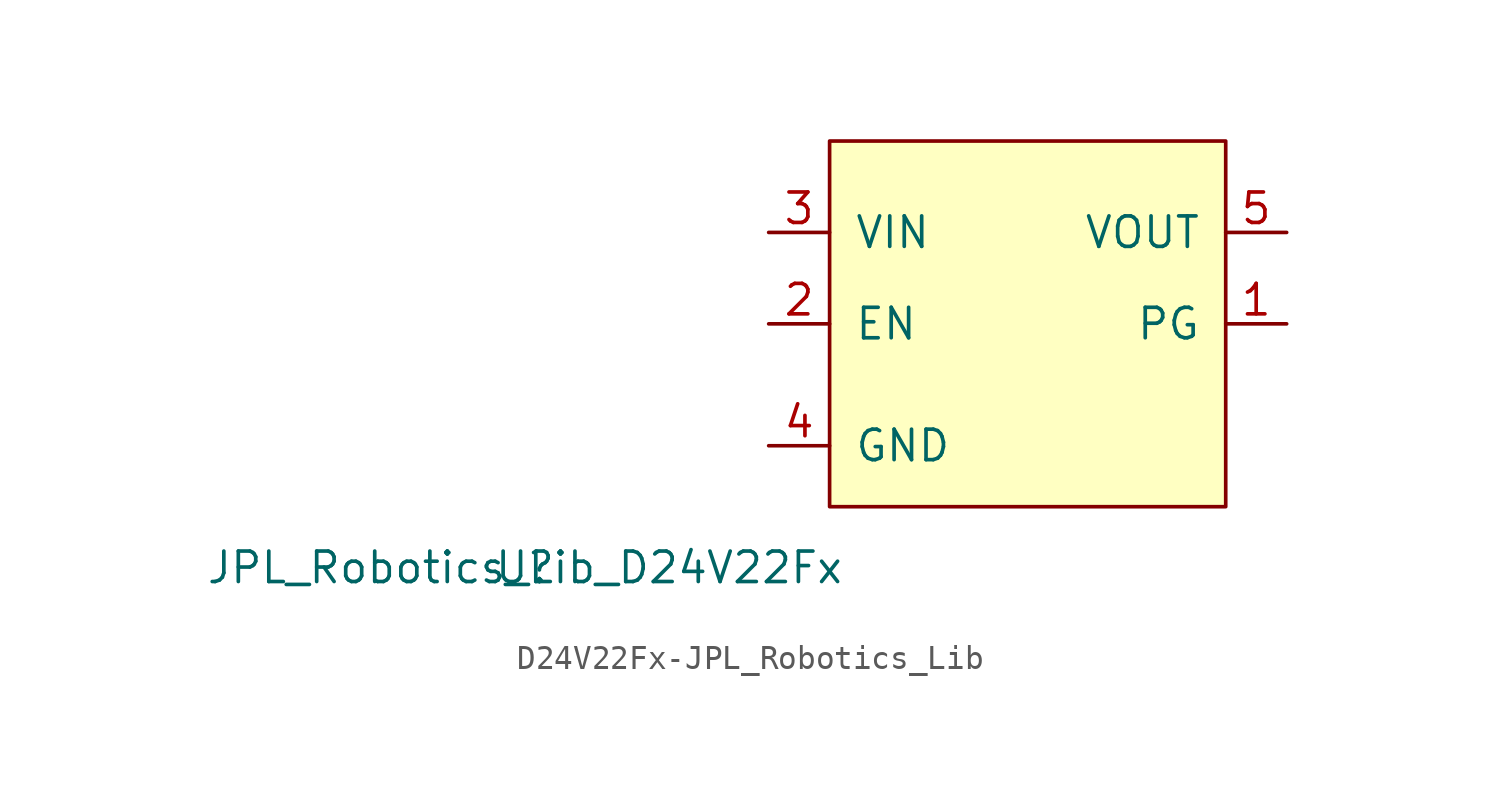
<source format=kicad_sym>
(kicad_symbol_lib
  (version 20231120)
  (generator "kicad_symbol_editor")
  (generator_version "8.0")
  (symbol "D24V22Fx-JPL_Robotics_Lib"
    (pin_names
      (offset 1.016))
    (property "Reference" "U"
      (at 0 0 0)
      (effects (font (size 1.27 1.27))))
    (property "Value" "JPL_Robotics_Lib_D24V22Fx"
      (at 0 0 0)
      (effects (font (size 1.27 1.27))))
    (symbol "D24V22Fx-JPL_Robotics_Lib_0_1"
      (rectangle (start 12.7 2.54) (end 29.21 17.78) (stroke (width 0) (type solid)) (fill (type background))))
    (symbol "D24V22Fx-JPL_Robotics_Lib_1_1"
      (pin output line (at 31.75 10.16 180) (length 2.54) (name "PG" (effects (font (size 1.27 1.27)))) (number "1" (effects (font (size 1.27 1.27)))))
      (pin input line (at 10.16 10.16 0) (length 2.54) (name "EN" (effects (font (size 1.27 1.27)))) (number "2" (effects (font (size 1.27 1.27)))))
      (pin power_in line (at 10.16 13.97 0) (length 2.54) (name "VIN" (effects (font (size 1.27 1.27)))) (number "3" (effects (font (size 1.27 1.27)))))
      (pin power_in line (at 10.16 5.08 0) (length 2.54) (name "GND" (effects (font (size 1.27 1.27)))) (number "4" (effects (font (size 1.27 1.27)))))
      (pin power_out line (at 31.75 13.97 180) (length 2.54) (name "VOUT" (effects (font (size 1.27 1.27)))) (number "5" (effects (font (size 1.27 1.27))))))))
</source>
